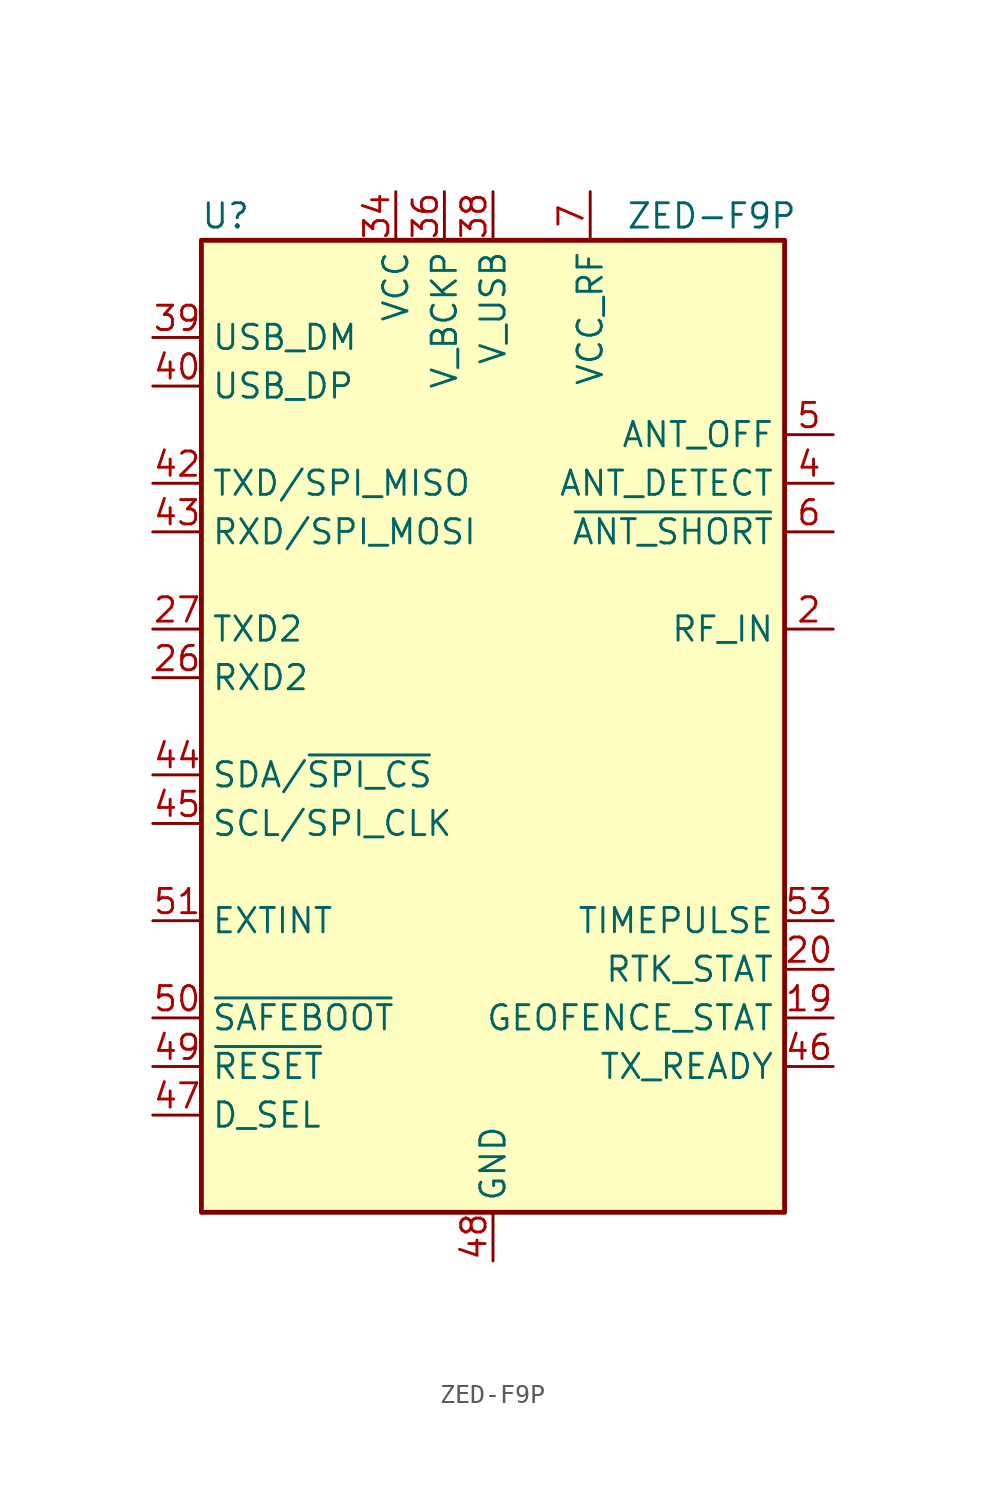
<source format=kicad_sym>
(kicad_symbol_lib
  (version 20201005)
  (generator kicad_symbol_editor)
  (symbol "ZED-F9P"
    (property "Reference" "U"
      (at -13.97 26.67 0)
      (effects (font (size 1.27 1.27))))
    (property "Value" "ZED-F9P"
      (at 11.43 26.67 0)
      (effects (font (size 1.27 1.27))))
    (symbol "ZED-F9P_0_1"
      (rectangle (start -15.24 25.4) (end 15.24 -25.4) (stroke (width 0.254)) (fill (type background))))
    (symbol "ZED-F9P_1_1"
      (pin passive line (at 0 -27.94 90) (length 2.54) hide (name "GND" (effects (font (size 1.27 1.27)))) (number "1" (effects (font (size 1.27 1.27)))))
      (pin no_connect line (at -15.24 7.62 0) (length 2.54) hide (name "Reserved" (effects (font (size 1.27 1.27)))) (number "10" (effects (font (size 1.27 1.27)))))
      (pin no_connect line (at -15.24 0 0) (length 2.54) hide (name "Reserved" (effects (font (size 1.27 1.27)))) (number "11" (effects (font (size 1.27 1.27)))))
      (pin passive line (at 0 -27.94 90) (length 2.54) hide (name "GND" (effects (font (size 1.27 1.27)))) (number "12" (effects (font (size 1.27 1.27)))))
      (pin no_connect line (at -15.24 -7.62 0) (length 2.54) hide (name "Reserved" (effects (font (size 1.27 1.27)))) (number "13" (effects (font (size 1.27 1.27)))))
      (pin passive line (at 0 -27.94 90) (length 2.54) hide (name "GND" (effects (font (size 1.27 1.27)))) (number "14" (effects (font (size 1.27 1.27)))))
      (pin no_connect line (at -15.24 -12.7 0) (length 2.54) hide (name "Reserved" (effects (font (size 1.27 1.27)))) (number "15" (effects (font (size 1.27 1.27)))))
      (pin no_connect line (at -7.62 -25.4 90) (length 2.54) hide (name "Reserved" (effects (font (size 1.27 1.27)))) (number "16" (effects (font (size 1.27 1.27)))))
      (pin no_connect line (at -5.08 -25.4 90) (length 2.54) hide (name "Reserved" (effects (font (size 1.27 1.27)))) (number "17" (effects (font (size 1.27 1.27)))))
      (pin no_connect line (at -2.54 -25.4 90) (length 2.54) hide (name "Reserved" (effects (font (size 1.27 1.27)))) (number "18" (effects (font (size 1.27 1.27)))))
      (pin output line (at 17.78 -15.24 180) (length 2.54) (name "GEOFENCE_STAT" (effects (font (size 1.27 1.27)))) (number "19" (effects (font (size 1.27 1.27)))))
      (pin input line (at 17.78 5.08 180) (length 2.54) (name "RF_IN" (effects (font (size 1.27 1.27)))) (number "2" (effects (font (size 1.27 1.27)))))
      (pin output line (at 17.78 -12.7 180) (length 2.54) (name "RTK_STAT" (effects (font (size 1.27 1.27)))) (number "20" (effects (font (size 1.27 1.27)))))
      (pin no_connect line (at 2.54 -25.4 90) (length 2.54) hide (name "Reserved" (effects (font (size 1.27 1.27)))) (number "21" (effects (font (size 1.27 1.27)))))
      (pin no_connect line (at 5.08 -25.4 90) (length 2.54) hide (name "Reserved" (effects (font (size 1.27 1.27)))) (number "22" (effects (font (size 1.27 1.27)))))
      (pin no_connect line (at 7.62 -25.4 90) (length 2.54) hide (name "Reserved" (effects (font (size 1.27 1.27)))) (number "23" (effects (font (size 1.27 1.27)))))
      (pin no_connect line (at 15.24 -7.62 180) (length 2.54) hide (name "Reserved" (effects (font (size 1.27 1.27)))) (number "24" (effects (font (size 1.27 1.27)))))
      (pin no_connect line (at 15.24 -5.08 180) (length 2.54) hide (name "Reserved" (effects (font (size 1.27 1.27)))) (number "25" (effects (font (size 1.27 1.27)))))
      (pin input line (at -17.78 2.54 0) (length 2.54) (name "RXD2" (effects (font (size 1.27 1.27)))) (number "26" (effects (font (size 1.27 1.27)))))
      (pin output line (at -17.78 5.08 0) (length 2.54) (name "TXD2" (effects (font (size 1.27 1.27)))) (number "27" (effects (font (size 1.27 1.27)))))
      (pin no_connect line (at 15.24 -2.54 180) (length 2.54) hide (name "Reserved" (effects (font (size 1.27 1.27)))) (number "28" (effects (font (size 1.27 1.27)))))
      (pin no_connect line (at 15.24 0 180) (length 2.54) hide (name "Reserved" (effects (font (size 1.27 1.27)))) (number "29" (effects (font (size 1.27 1.27)))))
      (pin passive line (at 0 -27.94 90) (length 2.54) hide (name "GND" (effects (font (size 1.27 1.27)))) (number "3" (effects (font (size 1.27 1.27)))))
      (pin no_connect line (at 15.24 2.54 180) (length 2.54) hide (name "Reserved" (effects (font (size 1.27 1.27)))) (number "30" (effects (font (size 1.27 1.27)))))
      (pin no_connect line (at 15.24 7.62 180) (length 2.54) hide (name "Reserved" (effects (font (size 1.27 1.27)))) (number "31" (effects (font (size 1.27 1.27)))))
      (pin passive line (at 0 -27.94 90) (length 2.54) hide (name "GND" (effects (font (size 1.27 1.27)))) (number "32" (effects (font (size 1.27 1.27)))))
      (pin passive line (at -5.08 27.94 270) (length 2.54) hide (name "VCC" (effects (font (size 1.27 1.27)))) (number "33" (effects (font (size 1.27 1.27)))))
      (pin power_in line (at -5.08 27.94 270) (length 2.54) (name "VCC" (effects (font (size 1.27 1.27)))) (number "34" (effects (font (size 1.27 1.27)))))
      (pin no_connect line (at 15.24 17.78 180) (length 2.54) hide (name "Reserved" (effects (font (size 1.27 1.27)))) (number "35" (effects (font (size 1.27 1.27)))))
      (pin power_in line (at -2.54 27.94 270) (length 2.54) (name "V_BCKP" (effects (font (size 1.27 1.27)))) (number "36" (effects (font (size 1.27 1.27)))))
      (pin passive line (at 0 -27.94 90) (length 2.54) hide (name "GND" (effects (font (size 1.27 1.27)))) (number "37" (effects (font (size 1.27 1.27)))))
      (pin power_in line (at 0 27.94 270) (length 2.54) (name "V_USB" (effects (font (size 1.27 1.27)))) (number "38" (effects (font (size 1.27 1.27)))))
      (pin bidirectional line (at -17.78 20.32 0) (length 2.54) (name "USB_DM" (effects (font (size 1.27 1.27)))) (number "39" (effects (font (size 1.27 1.27)))))
      (pin input line (at 17.78 12.7 180) (length 2.54) (name "ANT_DETECT" (effects (font (size 1.27 1.27)))) (number "4" (effects (font (size 1.27 1.27)))))
      (pin bidirectional line (at -17.78 17.78 0) (length 2.54) (name "USB_DP" (effects (font (size 1.27 1.27)))) (number "40" (effects (font (size 1.27 1.27)))))
      (pin passive line (at 0 -27.94 90) (length 2.54) hide (name "GND" (effects (font (size 1.27 1.27)))) (number "41" (effects (font (size 1.27 1.27)))))
      (pin output line (at -17.78 12.7 0) (length 2.54) (name "TXD/SPI_MISO" (effects (font (size 1.27 1.27)))) (number "42" (effects (font (size 1.27 1.27)))))
      (pin input line (at -17.78 10.16 0) (length 2.54) (name "RXD/SPI_MOSI" (effects (font (size 1.27 1.27)))) (number "43" (effects (font (size 1.27 1.27)))))
      (pin bidirectional line (at -17.78 -2.54 0) (length 2.54) (name "SDA/~SPI_CS" (effects (font (size 1.27 1.27)))) (number "44" (effects (font (size 1.27 1.27)))))
      (pin bidirectional line (at -17.78 -5.08 0) (length 2.54) (name "SCL/SPI_CLK" (effects (font (size 1.27 1.27)))) (number "45" (effects (font (size 1.27 1.27)))))
      (pin output line (at 17.78 -17.78 180) (length 2.54) (name "TX_READY" (effects (font (size 1.27 1.27)))) (number "46" (effects (font (size 1.27 1.27)))))
      (pin input line (at -17.78 -20.32 0) (length 2.54) (name "D_SEL" (effects (font (size 1.27 1.27)))) (number "47" (effects (font (size 1.27 1.27)))))
      (pin power_in line (at 0 -27.94 90) (length 2.54) (name "GND" (effects (font (size 1.27 1.27)))) (number "48" (effects (font (size 1.27 1.27)))))
      (pin input line (at -17.78 -17.78 0) (length 2.54) (name "~RESET" (effects (font (size 1.27 1.27)))) (number "49" (effects (font (size 1.27 1.27)))))
      (pin output line (at 17.78 15.24 180) (length 2.54) (name "ANT_OFF" (effects (font (size 1.27 1.27)))) (number "5" (effects (font (size 1.27 1.27)))))
      (pin input line (at -17.78 -15.24 0) (length 2.54) (name "~SAFEBOOT" (effects (font (size 1.27 1.27)))) (number "50" (effects (font (size 1.27 1.27)))))
      (pin input line (at -17.78 -10.16 0) (length 2.54) (name "EXTINT" (effects (font (size 1.27 1.27)))) (number "51" (effects (font (size 1.27 1.27)))))
      (pin no_connect line (at 15.24 20.32 180) (length 2.54) hide (name "Reserved" (effects (font (size 1.27 1.27)))) (number "52" (effects (font (size 1.27 1.27)))))
      (pin output line (at 17.78 -10.16 180) (length 2.54) (name "TIMEPULSE" (effects (font (size 1.27 1.27)))) (number "53" (effects (font (size 1.27 1.27)))))
      (pin no_connect line (at 15.24 22.86 180) (length 2.54) hide (name "Reserved" (effects (font (size 1.27 1.27)))) (number "54" (effects (font (size 1.27 1.27)))))
      (pin passive line (at 0 -27.94 90) (length 2.54) hide (name "GND" (effects (font (size 1.27 1.27)))) (number "55" (effects (font (size 1.27 1.27)))))
      (pin input line (at 17.78 10.16 180) (length 2.54) (name "~ANT_SHORT" (effects (font (size 1.27 1.27)))) (number "6" (effects (font (size 1.27 1.27)))))
      (pin power_out line (at 5.08 27.94 270) (length 2.54) (name "VCC_RF" (effects (font (size 1.27 1.27)))) (number "7" (effects (font (size 1.27 1.27)))))
      (pin no_connect line (at -15.24 22.86 0) (length 2.54) hide (name "Reserved" (effects (font (size 1.27 1.27)))) (number "8" (effects (font (size 1.27 1.27)))))
      (pin no_connect line (at -15.24 15.24 0) (length 2.54) hide (name "Reserved" (effects (font (size 1.27 1.27)))) (number "9" (effects (font (size 1.27 1.27))))))))
</source>
